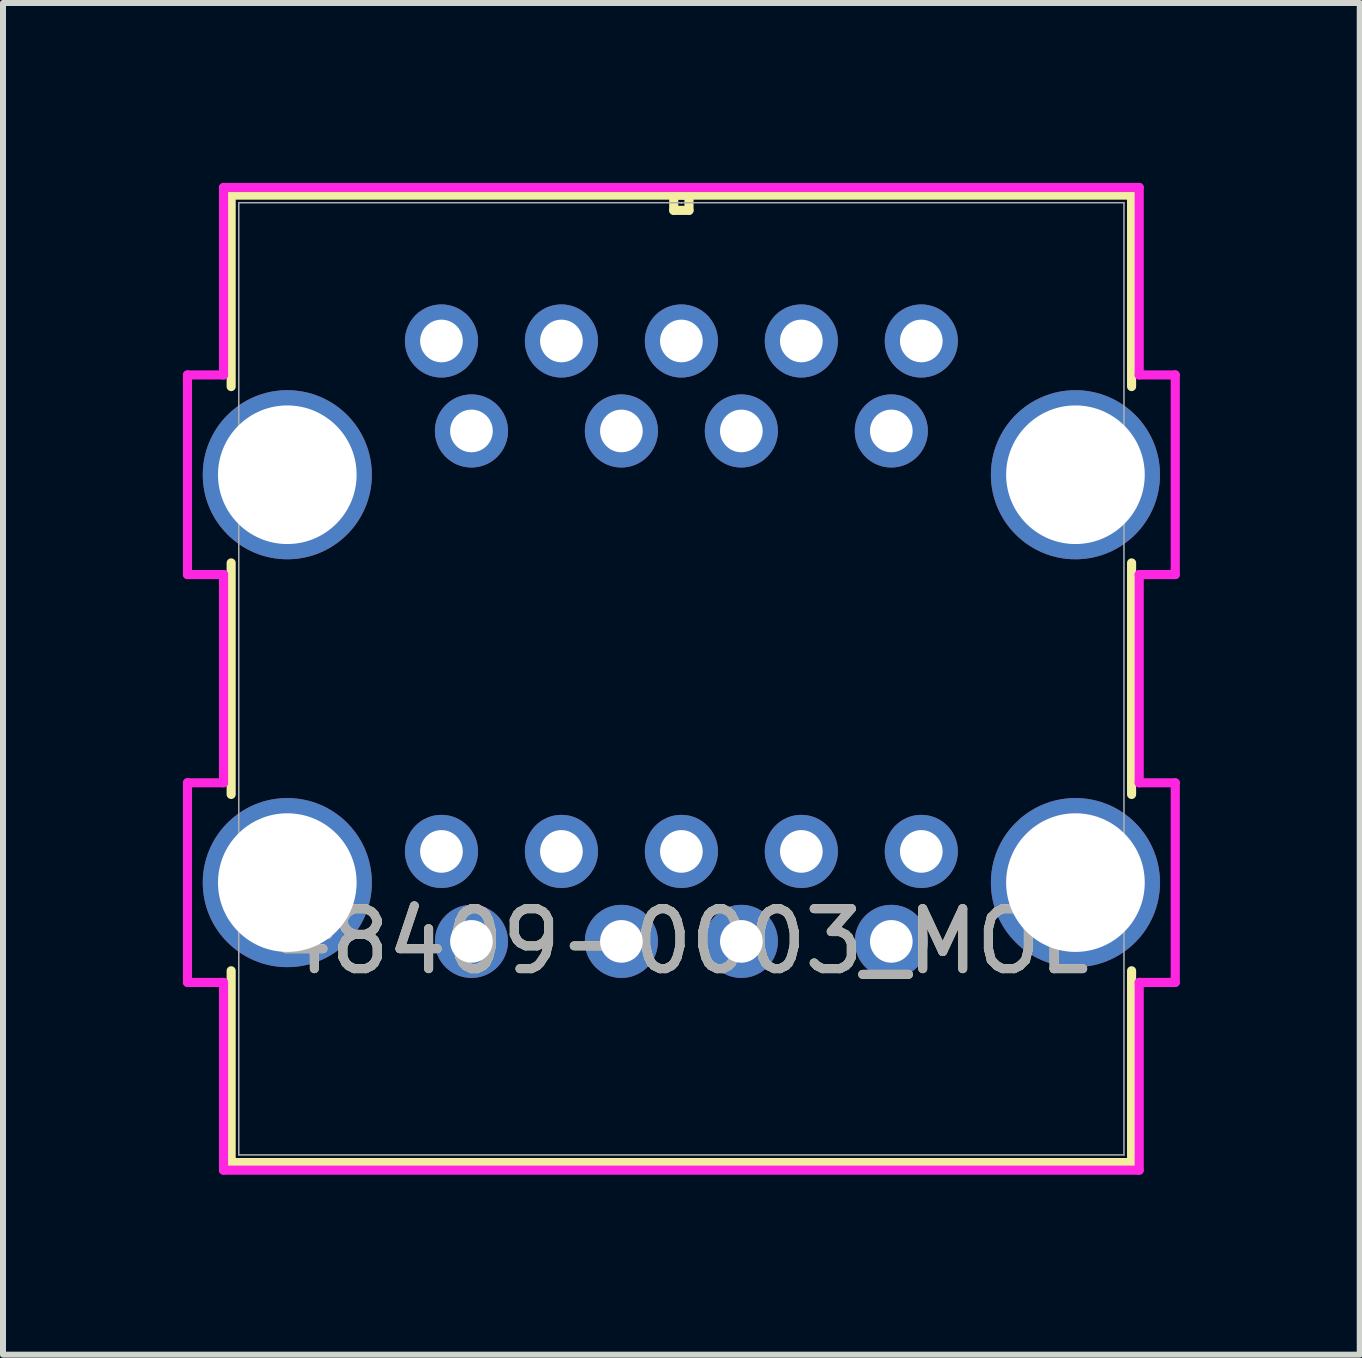
<source format=kicad_pcb>
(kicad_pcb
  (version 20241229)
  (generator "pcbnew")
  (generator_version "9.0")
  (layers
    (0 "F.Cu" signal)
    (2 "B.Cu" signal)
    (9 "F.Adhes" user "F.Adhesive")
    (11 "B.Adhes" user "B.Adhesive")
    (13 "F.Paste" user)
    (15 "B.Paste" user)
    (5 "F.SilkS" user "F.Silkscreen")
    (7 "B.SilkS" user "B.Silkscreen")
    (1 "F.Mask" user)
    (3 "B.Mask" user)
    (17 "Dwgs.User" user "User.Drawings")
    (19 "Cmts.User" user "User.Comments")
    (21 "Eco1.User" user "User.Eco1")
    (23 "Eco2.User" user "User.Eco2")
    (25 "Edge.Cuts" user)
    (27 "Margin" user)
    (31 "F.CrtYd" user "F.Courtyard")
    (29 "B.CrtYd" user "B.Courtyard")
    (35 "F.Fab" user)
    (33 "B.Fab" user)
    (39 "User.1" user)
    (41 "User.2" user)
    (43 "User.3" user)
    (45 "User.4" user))
  (footprint "48409-0003_MOL"
    (layer "F.Cu")
    (at 4.81 12.645)
    (property "Reference" "48409-0003_MOL" (at 3.5 0 0) (unlocked yes) (layer "F.SilkS") (effects (font (size 1 1) (thickness 0.15))))
    (attr through_hole)
    (fp_line (start -4.006 -12.442) (end -4.006 -9.25) (stroke (width 0.152) (type solid)) (layer "F.SilkS"))
    (fp_line (start -4.006 -6.31) (end -4.006 -2.45) (stroke (width 0.152) (type solid)) (layer "F.SilkS"))
    (fp_line (start -4.006 0.49) (end -4.006 3.687) (stroke (width 0.152) (type solid)) (layer "F.SilkS"))
    (fp_line (start -4.006 3.687) (end 11.006 3.687) (stroke (width 0.152) (type solid)) (layer "F.SilkS"))
    (fp_line (start 3.373 -12.442) (end 3.373 -12.188) (stroke (width 0.152) (type solid)) (layer "F.SilkS"))
    (fp_line (start 3.373 -12.188) (end 3.627 -12.188) (stroke (width 0.152) (type solid)) (layer "F.SilkS"))
    (fp_line (start 3.627 -12.442) (end 3.373 -12.442) (stroke (width 0.152) (type solid)) (layer "F.SilkS"))
    (fp_line (start 3.627 -12.188) (end 3.627 -12.442) (stroke (width 0.152) (type solid)) (layer "F.SilkS"))
    (fp_line (start 11.006 -12.442) (end -4.006 -12.442) (stroke (width 0.152) (type solid)) (layer "F.SilkS"))
    (fp_line (start 11.006 -9.25) (end 11.006 -12.442) (stroke (width 0.152) (type solid)) (layer "F.SilkS"))
    (fp_line (start 11.006 -2.45) (end 11.006 -6.31) (stroke (width 0.152) (type solid)) (layer "F.SilkS"))
    (fp_line (start 11.006 3.687) (end 11.006 0.49) (stroke (width 0.152) (type solid)) (layer "F.SilkS"))
    (fp_line (start -4.734 -9.444) (end -4.734 -6.116) (stroke (width 0.152) (type solid)) (layer "F.CrtYd"))
    (fp_line (start -4.734 -6.116) (end -4.133 -6.116) (stroke (width 0.152) (type solid)) (layer "F.CrtYd"))
    (fp_line (start -4.734 -2.644) (end -4.734 0.684) (stroke (width 0.152) (type solid)) (layer "F.CrtYd"))
    (fp_line (start -4.734 0.684) (end -4.133 0.684) (stroke (width 0.152) (type solid)) (layer "F.CrtYd"))
    (fp_line (start -4.133 -12.569) (end -4.133 -9.444) (stroke (width 0.152) (type solid)) (layer "F.CrtYd"))
    (fp_line (start -4.133 -9.444) (end -4.734 -9.444) (stroke (width 0.152) (type solid)) (layer "F.CrtYd"))
    (fp_line (start -4.133 -6.116) (end -4.133 -2.644) (stroke (width 0.152) (type solid)) (layer "F.CrtYd"))
    (fp_line (start -4.133 -2.644) (end -4.734 -2.644) (stroke (width 0.152) (type solid)) (layer "F.CrtYd"))
    (fp_line (start -4.133 0.684) (end -4.133 3.814) (stroke (width 0.152) (type solid)) (layer "F.CrtYd"))
    (fp_line (start -4.133 3.814) (end 11.133 3.814) (stroke (width 0.152) (type solid)) (layer "F.CrtYd"))
    (fp_line (start 11.133 -12.569) (end -4.133 -12.569) (stroke (width 0.152) (type solid)) (layer "F.CrtYd"))
    (fp_line (start 11.133 -9.444) (end 11.133 -12.569) (stroke (width 0.152) (type solid)) (layer "F.CrtYd"))
    (fp_line (start 11.133 -6.116) (end 11.734 -6.116) (stroke (width 0.152) (type solid)) (layer "F.CrtYd"))
    (fp_line (start 11.133 -2.644) (end 11.133 -6.116) (stroke (width 0.152) (type solid)) (layer "F.CrtYd"))
    (fp_line (start 11.133 0.684) (end 11.734 0.684) (stroke (width 0.152) (type solid)) (layer "F.CrtYd"))
    (fp_line (start 11.133 3.814) (end 11.133 0.684) (stroke (width 0.152) (type solid)) (layer "F.CrtYd"))
    (fp_line (start 11.734 -9.444) (end 11.133 -9.444) (stroke (width 0.152) (type solid)) (layer "F.CrtYd"))
    (fp_line (start 11.734 -6.116) (end 11.734 -9.444) (stroke (width 0.152) (type solid)) (layer "F.CrtYd"))
    (fp_line (start 11.734 -2.644) (end 11.133 -2.644) (stroke (width 0.152) (type solid)) (layer "F.CrtYd"))
    (fp_line (start 11.734 0.684) (end 11.734 -2.644) (stroke (width 0.152) (type solid)) (layer "F.CrtYd"))
    (fp_line (start -3.879 -12.315) (end -3.879 3.56) (stroke (width 0.025) (type solid)) (layer "F.Fab"))
    (fp_line (start -3.879 3.56) (end 10.879 3.56) (stroke (width 0.025) (type solid)) (layer "F.Fab"))
    (fp_line (start 3.5 -12.315) (end 3.5 -12.315) (stroke (width 0.025) (type solid)) (layer "F.Fab"))
    (fp_line (start 3.5 -12.315) (end 3.5 -12.315) (stroke (width 0.025) (type solid)) (layer "F.Fab"))
    (fp_line (start 3.5 -12.315) (end 3.5 -12.315) (stroke (width 0.025) (type solid)) (layer "F.Fab"))
    (fp_line (start 3.5 -12.315) (end 3.5 -12.315) (stroke (width 0.025) (type solid)) (layer "F.Fab"))
    (fp_line (start 10.879 -12.315) (end -3.879 -12.315) (stroke (width 0.025) (type solid)) (layer "F.Fab"))
    (fp_line (start 10.879 3.56) (end 10.879 -12.315) (stroke (width 0.025) (type solid)) (layer "F.Fab"))
    (fp_text user "*" (at -2.54 0 0) (unlocked yes) (layer "F.SilkS") (effects (font (size 1 1) (thickness 0.15))))
    (fp_text user "*" (at -2.54 0 0) (layer "F.SilkS") (effects (font (size 1 1) (thickness 0.15))))
    (fp_text user "*" (at -2.54 0 0) (unlocked yes) (layer "F.Fab") (effects (font (size 1 1) (thickness 0.15))))
    (fp_text user "*" (at -2.54 0 0) (layer "F.Fab") (effects (font (size 1 1) (thickness 0.15))))
    (fp_text user "${REFERENCE}" (at 3.5 0 0) (unlocked yes) (layer "F.Fab") (effects (font (size 1 1) (thickness 0.15))))
    (pad "1" thru_hole circle (at 0 0) (size 1.219 1.219) (drill 0.711) (layers "*.Cu" "*.Mask"))
    (pad "2" thru_hole circle (at 2.5 0) (size 1.219 1.219) (drill 0.711) (layers "*.Cu" "*.Mask"))
    (pad "3" thru_hole circle (at 4.5 0) (size 1.219 1.219) (drill 0.711) (layers "*.Cu" "*.Mask"))
    (pad "4" thru_hole circle (at 7 0) (size 1.219 1.219) (drill 0.711) (layers "*.Cu" "*.Mask"))
    (pad "5" thru_hole circle (at 7.5 -1.5) (size 1.219 1.219) (drill 0.711) (layers "*.Cu" "*.Mask"))
    (pad "6" thru_hole circle (at 5.5 -1.5) (size 1.219 1.219) (drill 0.711) (layers "*.Cu" "*.Mask"))
    (pad "7" thru_hole circle (at 3.5 -1.5) (size 1.219 1.219) (drill 0.711) (layers "*.Cu" "*.Mask"))
    (pad "8" thru_hole circle (at 1.5 -1.5) (size 1.219 1.219) (drill 0.711) (layers "*.Cu" "*.Mask"))
    (pad "9" thru_hole circle (at -0.5 -1.5) (size 1.219 1.219) (drill 0.711) (layers "*.Cu" "*.Mask"))
    (pad "10" thru_hole circle (at 0 -8.51) (size 1.219 1.219) (drill 0.711) (layers "*.Cu" "*.Mask"))
    (pad "11" thru_hole circle (at 2.5 -8.51) (size 1.219 1.219) (drill 0.711) (layers "*.Cu" "*.Mask"))
    (pad "12" thru_hole circle (at 4.5 -8.51) (size 1.219 1.219) (drill 0.711) (layers "*.Cu" "*.Mask"))
    (pad "13" thru_hole circle (at 7 -8.51) (size 1.219 1.219) (drill 0.711) (layers "*.Cu" "*.Mask"))
    (pad "14" thru_hole circle (at 7.5 -10.01) (size 1.219 1.219) (drill 0.711) (layers "*.Cu" "*.Mask"))
    (pad "15" thru_hole circle (at 5.5 -10.01) (size 1.219 1.219) (drill 0.711) (layers "*.Cu" "*.Mask"))
    (pad "16" thru_hole circle (at 3.5 -10.01) (size 1.219 1.219) (drill 0.711) (layers "*.Cu" "*.Mask"))
    (pad "17" thru_hole circle (at 1.5 -10.01) (size 1.219 1.219) (drill 0.711) (layers "*.Cu" "*.Mask"))
    (pad "18" thru_hole circle (at -0.5 -10.01) (size 1.219 1.219) (drill 0.711) (layers "*.Cu" "*.Mask"))
    (pad "19" thru_hole circle (at -3.07 -7.78) (size 2.819 2.819) (drill 2.311) (layers "*.Cu" "*.Mask"))
    (pad "20" thru_hole circle (at 10.07 -7.78) (size 2.819 2.819) (drill 2.311) (layers "*.Cu" "*.Mask"))
    (pad "21" thru_hole circle (at -3.07 -0.98) (size 2.819 2.819) (drill 2.311) (layers "*.Cu" "*.Mask"))
    (pad "22" thru_hole circle (at 10.07 -0.98) (size 2.819 2.819) (drill 2.311) (layers "*.Cu" "*.Mask")))
  (gr_rect
    (start -3 -3)
    (end 19.62 19.535)
    (stroke (width 0.1) (type default))
    (fill no)
    (layer "Edge.Cuts")))
</source>
